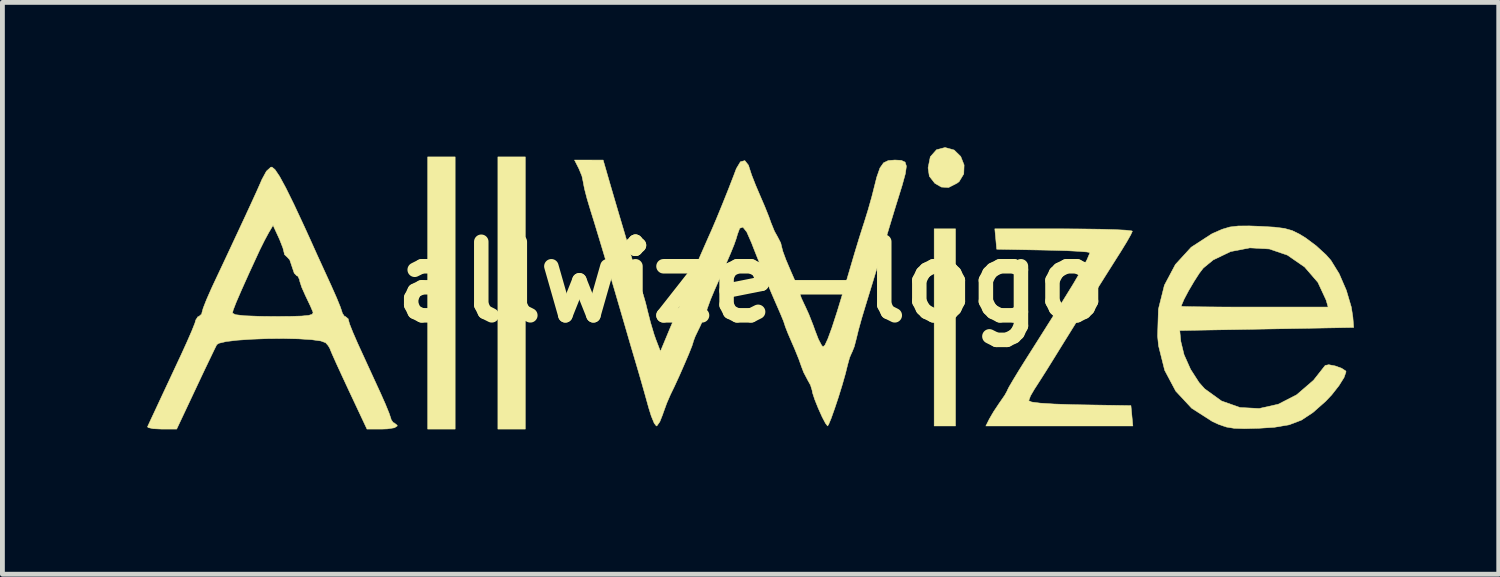
<source format=kicad_pcb>
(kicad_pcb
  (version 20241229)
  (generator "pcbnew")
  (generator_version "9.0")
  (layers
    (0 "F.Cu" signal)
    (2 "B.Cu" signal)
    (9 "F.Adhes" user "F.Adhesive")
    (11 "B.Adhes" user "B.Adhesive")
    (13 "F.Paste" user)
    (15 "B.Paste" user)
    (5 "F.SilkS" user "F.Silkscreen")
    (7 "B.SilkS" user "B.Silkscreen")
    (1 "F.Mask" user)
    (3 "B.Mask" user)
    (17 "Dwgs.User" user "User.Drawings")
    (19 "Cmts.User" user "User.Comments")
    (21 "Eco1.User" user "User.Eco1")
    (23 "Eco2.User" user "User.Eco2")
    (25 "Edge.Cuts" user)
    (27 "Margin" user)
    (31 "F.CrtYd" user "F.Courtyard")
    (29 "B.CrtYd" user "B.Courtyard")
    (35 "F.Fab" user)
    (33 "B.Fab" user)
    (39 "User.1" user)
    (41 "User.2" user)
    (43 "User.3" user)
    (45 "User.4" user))
  (footprint "allwize-logo"
    (layer "F.Cu")
    (at 12.505 2.791)
    (property "Reference" "allwize-logo" (at 0 0 0) (layer "F.SilkS") (effects (font (size 1.524 1.524) (thickness 0.3))))
    (attr through_hole)
    (fp_poly (pts (xy -6.129 3.045) (xy -6.698 3.045) (xy -6.698 -2.592) (xy -6.129 -2.592) (xy -6.129 3.045)) (stroke (width 0.01) (type solid)) (fill yes) (layer "F.SilkS"))
    (fp_poly (pts (xy -4.676 3.045) (xy -5.244 3.045) (xy -5.244 -2.592) (xy -4.676 -2.592) (xy -4.676 3.045)) (stroke (width 0.01) (type solid)) (fill yes) (layer "F.SilkS"))
    (fp_poly (pts (xy 4.233 2.981) (xy 3.791 2.981) (xy 3.791 -1.102) (xy 4.233 -1.102) (xy 4.233 2.981)) (stroke (width 0.01) (type solid)) (fill yes) (layer "F.SilkS"))
    (fp_poly (pts (xy 4.205 -2.734) (xy 4.341 -2.601) (xy 4.411 -2.424) (xy 4.404 -2.239) (xy 4.308 -2.08) (xy 4.267 -2.049) (xy 4.09 -1.958) (xy 3.94 -1.967) (xy 3.805 -2.045) (xy 3.691 -2.191) (xy 3.665 -2.364) (xy 3.711 -2.594) (xy 3.84 -2.74) (xy 4.017 -2.786) (xy 4.205 -2.734)) (stroke (width 0.01) (type solid)) (fill yes) (layer "F.SilkS"))
    (fp_poly (pts (xy 6.881 -1.099) (xy 7.244 -1.094) (xy 7.544 -1.085) (xy 7.761 -1.074) (xy 7.88 -1.06) (xy 7.896 -1.053) (xy 7.863 -0.98) (xy 7.776 -0.827) (xy 7.651 -0.623) (xy 7.596 -0.537) (xy 7.359 -0.162) (xy 7.073 0.293) (xy 6.754 0.802) (xy 6.422 1.336) (xy 6.267 1.587) (xy 6.119 1.825) (xy 5.981 2.042) (xy 5.881 2.197) (xy 5.868 2.217) (xy 5.786 2.357) (xy 5.75 2.455) (xy 5.75 2.458) (xy 5.811 2.485) (xy 5.99 2.508) (xy 6.276 2.526) (xy 6.661 2.539) (xy 6.808 2.542) (xy 7.866 2.559) (xy 7.886 2.77) (xy 7.906 2.981) (xy 4.861 2.981) (xy 4.934 2.835) (xy 5.022 2.684) (xy 5.14 2.507) (xy 5.157 2.483) (xy 5.253 2.344) (xy 5.304 2.252) (xy 5.307 2.241) (xy 5.34 2.175) (xy 5.428 2.025) (xy 5.558 1.811) (xy 5.708 1.572) (xy 5.916 1.244) (xy 6.143 0.884) (xy 6.357 0.546) (xy 6.457 0.388) (xy 6.672 0.039) (xy 6.842 -0.25) (xy 6.957 -0.465) (xy 7.011 -0.593) (xy 7.013 -0.611) (xy 6.954 -0.623) (xy 6.79 -0.636) (xy 6.542 -0.649) (xy 6.234 -0.658) (xy 6.05 -0.662) (xy 5.086 -0.68) (xy 5.067 -0.891) (xy 5.047 -1.102) (xy 6.472 -1.102) (xy 6.881 -1.099)) (stroke (width 0.01) (type solid)) (fill yes) (layer "F.SilkS"))
    (fp_poly (pts (xy 10.541 -1.154) (xy 10.837 -1.137) (xy 11.045 -1.111) (xy 11.205 -1.066) (xy 11.355 -0.993) (xy 11.482 -0.915) (xy 11.702 -0.751) (xy 11.91 -0.56) (xy 12.007 -0.45) (xy 12.178 -0.173) (xy 12.327 0.171) (xy 12.43 0.519) (xy 12.462 0.725) (xy 12.479 0.94) (xy 8.877 1.004) (xy 8.899 1.229) (xy 8.966 1.504) (xy 9.101 1.807) (xy 9.277 2.081) (xy 9.393 2.211) (xy 9.742 2.463) (xy 10.124 2.598) (xy 10.521 2.619) (xy 10.918 2.53) (xy 11.299 2.334) (xy 11.648 2.033) (xy 11.889 1.727) (xy 11.963 1.712) (xy 12.095 1.737) (xy 12.23 1.786) (xy 12.314 1.841) (xy 12.321 1.858) (xy 12.28 1.976) (xy 12.173 2.147) (xy 12.025 2.335) (xy 11.9 2.468) (xy 11.635 2.702) (xy 11.396 2.86) (xy 11.143 2.956) (xy 10.836 3.008) (xy 10.52 3.028) (xy 10.218 3.036) (xy 10.004 3.029) (xy 9.84 3.002) (xy 9.688 2.95) (xy 9.553 2.888) (xy 9.124 2.613) (xy 8.794 2.259) (xy 8.565 1.828) (xy 8.438 1.321) (xy 8.418 1.12) (xy 8.435 0.564) (xy 8.45 0.502) (xy 8.909 0.502) (xy 8.969 0.507) (xy 9.139 0.511) (xy 9.4 0.514) (xy 9.736 0.517) (xy 10.129 0.518) (xy 10.43 0.518) (xy 11.95 0.518) (xy 11.908 0.373) (xy 11.738 0.007) (xy 11.463 -0.311) (xy 11.107 -0.557) (xy 10.732 -0.685) (xy 10.328 -0.708) (xy 9.93 -0.631) (xy 9.57 -0.458) (xy 9.365 -0.29) (xy 9.282 -0.182) (xy 9.173 -0.012) (xy 9.06 0.18) (xy 8.966 0.357) (xy 8.914 0.479) (xy 8.909 0.502) (xy 8.45 0.502) (xy 8.559 0.066) (xy 8.787 -0.364) (xy 9.114 -0.721) (xy 9.536 -0.995) (xy 9.575 -1.014) (xy 9.756 -1.093) (xy 9.914 -1.14) (xy 10.09 -1.161) (xy 10.323 -1.162) (xy 10.541 -1.154)) (stroke (width 0.01) (type solid)) (fill yes) (layer "F.SilkS"))
    (fp_poly (pts (xy -9.86 -2.329) (xy -9.765 -2.188) (xy -9.635 -1.949) (xy -9.467 -1.608) (xy -9.256 -1.156) (xy -9.135 -0.891) (xy -8.992 -0.573) (xy -8.831 -0.221) (xy -8.689 0.089) (xy -8.688 0.092) (xy -8.585 0.324) (xy -8.508 0.513) (xy -8.469 0.628) (xy -8.467 0.643) (xy -8.421 0.71) (xy -8.403 0.713) (xy -8.343 0.763) (xy -8.34 0.783) (xy -8.315 0.871) (xy -8.247 1.042) (xy -8.15 1.265) (xy -8.119 1.333) (xy -7.974 1.649) (xy -7.812 2.002) (xy -7.677 2.295) (xy -7.574 2.527) (xy -7.497 2.716) (xy -7.458 2.831) (xy -7.456 2.846) (xy -7.411 2.913) (xy -7.393 2.916) (xy -7.331 2.965) (xy -7.329 2.981) (xy -7.386 3.018) (xy -7.531 3.041) (xy -7.642 3.045) (xy -7.955 3.045) (xy -8.337 2.232) (xy -8.475 1.935) (xy -8.591 1.683) (xy -8.675 1.495) (xy -8.717 1.395) (xy -8.719 1.385) (xy -8.758 1.317) (xy -8.811 1.257) (xy -8.91 1.22) (xy -9.106 1.193) (xy -9.373 1.176) (xy -9.685 1.169) (xy -10.017 1.172) (xy -10.342 1.184) (xy -10.636 1.204) (xy -10.871 1.232) (xy -11.023 1.268) (xy -11.065 1.296) (xy -11.111 1.387) (xy -11.2 1.572) (xy -11.321 1.824) (xy -11.461 2.121) (xy -11.507 2.219) (xy -11.896 3.045) (xy -12.208 3.045) (xy -12.383 3.037) (xy -12.486 3.014) (xy -12.5 2.997) (xy -12.477 2.947) (xy -12.427 2.839) (xy -12.344 2.662) (xy -12.224 2.404) (xy -12.06 2.054) (xy -11.848 1.6) (xy -11.807 1.513) (xy -11.684 1.243) (xy -11.584 1.014) (xy -11.519 0.851) (xy -11.5 0.784) (xy -11.455 0.716) (xy -11.436 0.713) (xy -11.378 0.662) (xy -11.375 0.643) (xy -10.741 0.643) (xy -10.678 0.676) (xy -10.49 0.698) (xy -10.176 0.71) (xy -9.89 0.713) (xy -9.545 0.711) (xy -9.308 0.704) (xy -9.162 0.69) (xy -9.089 0.667) (xy -9.071 0.633) (xy -9.076 0.616) (xy -9.126 0.498) (xy -9.208 0.326) (xy -9.231 0.278) (xy -9.307 0.107) (xy -9.349 -0.023) (xy -9.351 -0.046) (xy -9.387 -0.123) (xy -9.409 -0.13) (xy -9.462 -0.185) (xy -9.508 -0.32) (xy -9.509 -0.324) (xy -9.555 -0.46) (xy -9.608 -0.518) (xy -9.609 -0.518) (xy -9.664 -0.57) (xy -9.669 -0.599) (xy -9.696 -0.706) (xy -9.761 -0.872) (xy -9.786 -0.928) (xy -9.9 -1.175) (xy -9.989 -1.025) (xy -10.077 -0.862) (xy -10.174 -0.667) (xy -10.183 -0.648) (xy -10.396 -0.186) (xy -10.555 0.168) (xy -10.664 0.42) (xy -10.725 0.577) (xy -10.741 0.643) (xy -11.375 0.643) (xy -11.373 0.632) (xy -11.347 0.54) (xy -11.278 0.364) (xy -11.179 0.139) (xy -11.145 0.065) (xy -10.873 -0.513) (xy -10.652 -0.986) (xy -10.475 -1.365) (xy -10.338 -1.662) (xy -10.235 -1.887) (xy -10.162 -2.052) (xy -10.132 -2.122) (xy -10.038 -2.296) (xy -9.948 -2.378) (xy -9.923 -2.381) (xy -9.86 -2.329)) (stroke (width 0.01) (type solid)) (fill yes) (layer "F.SilkS"))
    (fp_poly (pts (xy 3.11 -2.52) (xy 3.189 -2.484) (xy 3.216 -2.4) (xy 3.195 -2.246) (xy 3.128 -2.002) (xy 3.07 -1.815) (xy 2.983 -1.535) (xy 2.877 -1.186) (xy 2.768 -0.825) (xy 2.715 -0.648) (xy 2.613 -0.308) (xy 2.506 0.043) (xy 2.411 0.352) (xy 2.37 0.486) (xy 2.291 0.748) (xy 2.223 0.993) (xy 2.181 1.166) (xy 2.137 1.336) (xy 2.091 1.451) (xy 2.086 1.458) (xy 2.04 1.564) (xy 1.998 1.717) (xy 1.953 1.899) (xy 1.887 2.131) (xy 1.809 2.383) (xy 1.729 2.623) (xy 1.658 2.823) (xy 1.605 2.95) (xy 1.584 2.981) (xy 1.541 2.926) (xy 1.47 2.791) (xy 1.39 2.613) (xy 1.318 2.434) (xy 1.272 2.293) (xy 1.264 2.245) (xy 1.23 2.134) (xy 1.177 2.039) (xy 1.089 1.872) (xy 1.042 1.749) (xy 0.989 1.599) (xy 0.904 1.389) (xy 0.844 1.251) (xy 0.763 1.063) (xy 0.709 0.926) (xy 0.695 0.881) (xy 0.671 0.809) (xy 0.606 0.652) (xy 0.515 0.443) (xy 0.505 0.421) (xy 0.413 0.208) (xy 0.345 0.044) (xy 0.316 -0.038) (xy 0.316 -0.04) (xy 0.292 -0.119) (xy 0.233 -0.262) (xy 0.224 -0.282) (xy 0.145 -0.466) (xy 0.052 -0.7) (xy 0.011 -0.807) (xy -0.089 -1.035) (xy -0.17 -1.137) (xy -0.236 -1.114) (xy -0.281 -0.993) (xy -0.309 -0.897) (xy -0.353 -0.772) (xy -0.423 -0.6) (xy -0.526 -0.36) (xy -0.67 -0.032) (xy -0.756 0.162) (xy -0.841 0.365) (xy -0.907 0.547) (xy -0.918 0.583) (xy -0.98 0.75) (xy -1.07 0.946) (xy -1.083 0.971) (xy -1.158 1.127) (xy -1.198 1.233) (xy -1.2 1.246) (xy -1.225 1.325) (xy -1.29 1.488) (xy -1.382 1.703) (xy -1.485 1.938) (xy -1.587 2.16) (xy -1.671 2.333) (xy -1.746 2.506) (xy -1.822 2.715) (xy -1.829 2.738) (xy -1.89 2.892) (xy -1.949 2.976) (xy -1.962 2.981) (xy -2.007 2.923) (xy -2.068 2.775) (xy -2.12 2.608) (xy -2.199 2.324) (xy -2.289 2.008) (xy -2.336 1.847) (xy -2.409 1.599) (xy -2.502 1.285) (xy -2.596 0.961) (xy -2.621 0.875) (xy -2.821 0.19) (xy -2.99 -0.382) (xy -3.132 -0.855) (xy -3.249 -1.241) (xy -3.324 -1.481) (xy -3.397 -1.724) (xy -3.45 -1.928) (xy -3.475 -2.054) (xy -3.476 -2.065) (xy -3.504 -2.197) (xy -3.567 -2.349) (xy -3.657 -2.527) (xy -3.361 -2.527) (xy -3.064 -2.526) (xy -2.919 -2.024) (xy -2.831 -1.723) (xy -2.725 -1.363) (xy -2.619 -1.007) (xy -2.59 -0.907) (xy -2.506 -0.62) (xy -2.432 -0.359) (xy -2.379 -0.162) (xy -2.364 -0.097) (xy -2.318 0.062) (xy -2.274 0.162) (xy -2.235 0.258) (xy -2.184 0.435) (xy -2.148 0.583) (xy -2.083 0.838) (xy -2.009 1.086) (xy -1.973 1.188) (xy -1.878 1.436) (xy -1.694 0.993) (xy -1.582 0.729) (xy -1.47 0.47) (xy -1.387 0.284) (xy -1.313 0.116) (xy -1.269 0.001) (xy -1.264 -0.021) (xy -1.24 -0.097) (xy -1.168 -0.276) (xy -1.045 -0.562) (xy -0.87 -0.96) (xy -0.821 -1.069) (xy -0.724 -1.296) (xy -0.602 -1.593) (xy -0.474 -1.912) (xy -0.361 -2.203) (xy -0.306 -2.349) (xy -0.221 -2.491) (xy -0.13 -2.515) (xy -0.054 -2.419) (xy -0.037 -2.363) (xy 0.01 -2.219) (xy 0.093 -2.007) (xy 0.183 -1.796) (xy 0.283 -1.564) (xy 0.366 -1.357) (xy 0.411 -1.231) (xy 0.484 -1.051) (xy 0.546 -0.941) (xy 0.614 -0.809) (xy 0.632 -0.732) (xy 0.657 -0.636) (xy 0.722 -0.46) (xy 0.815 -0.241) (xy 0.821 -0.227) (xy 0.915 -0.012) (xy 0.982 0.155) (xy 1.011 0.242) (xy 1.011 0.245) (xy 1.039 0.329) (xy 1.105 0.471) (xy 1.113 0.486) (xy 1.195 0.666) (xy 1.286 0.897) (xy 1.323 1.001) (xy 1.394 1.185) (xy 1.46 1.31) (xy 1.49 1.341) (xy 1.529 1.306) (xy 1.589 1.177) (xy 1.673 0.948) (xy 1.782 0.613) (xy 1.919 0.163) (xy 2.053 -0.292) (xy 2.144 -0.601) (xy 2.239 -0.913) (xy 2.321 -1.171) (xy 2.341 -1.231) (xy 2.422 -1.493) (xy 2.498 -1.761) (xy 2.528 -1.879) (xy 2.602 -2.173) (xy 2.668 -2.362) (xy 2.743 -2.469) (xy 2.841 -2.516) (xy 2.977 -2.527) (xy 3.11 -2.52)) (stroke (width 0.01) (type solid)) (fill yes) (layer "F.SilkS")))
  (gr_rect
    (start -3 -3)
    (end 27.988 8.842)
    (stroke (width 0.1) (type default))
    (fill no)
    (layer "Edge.Cuts")))
</source>
